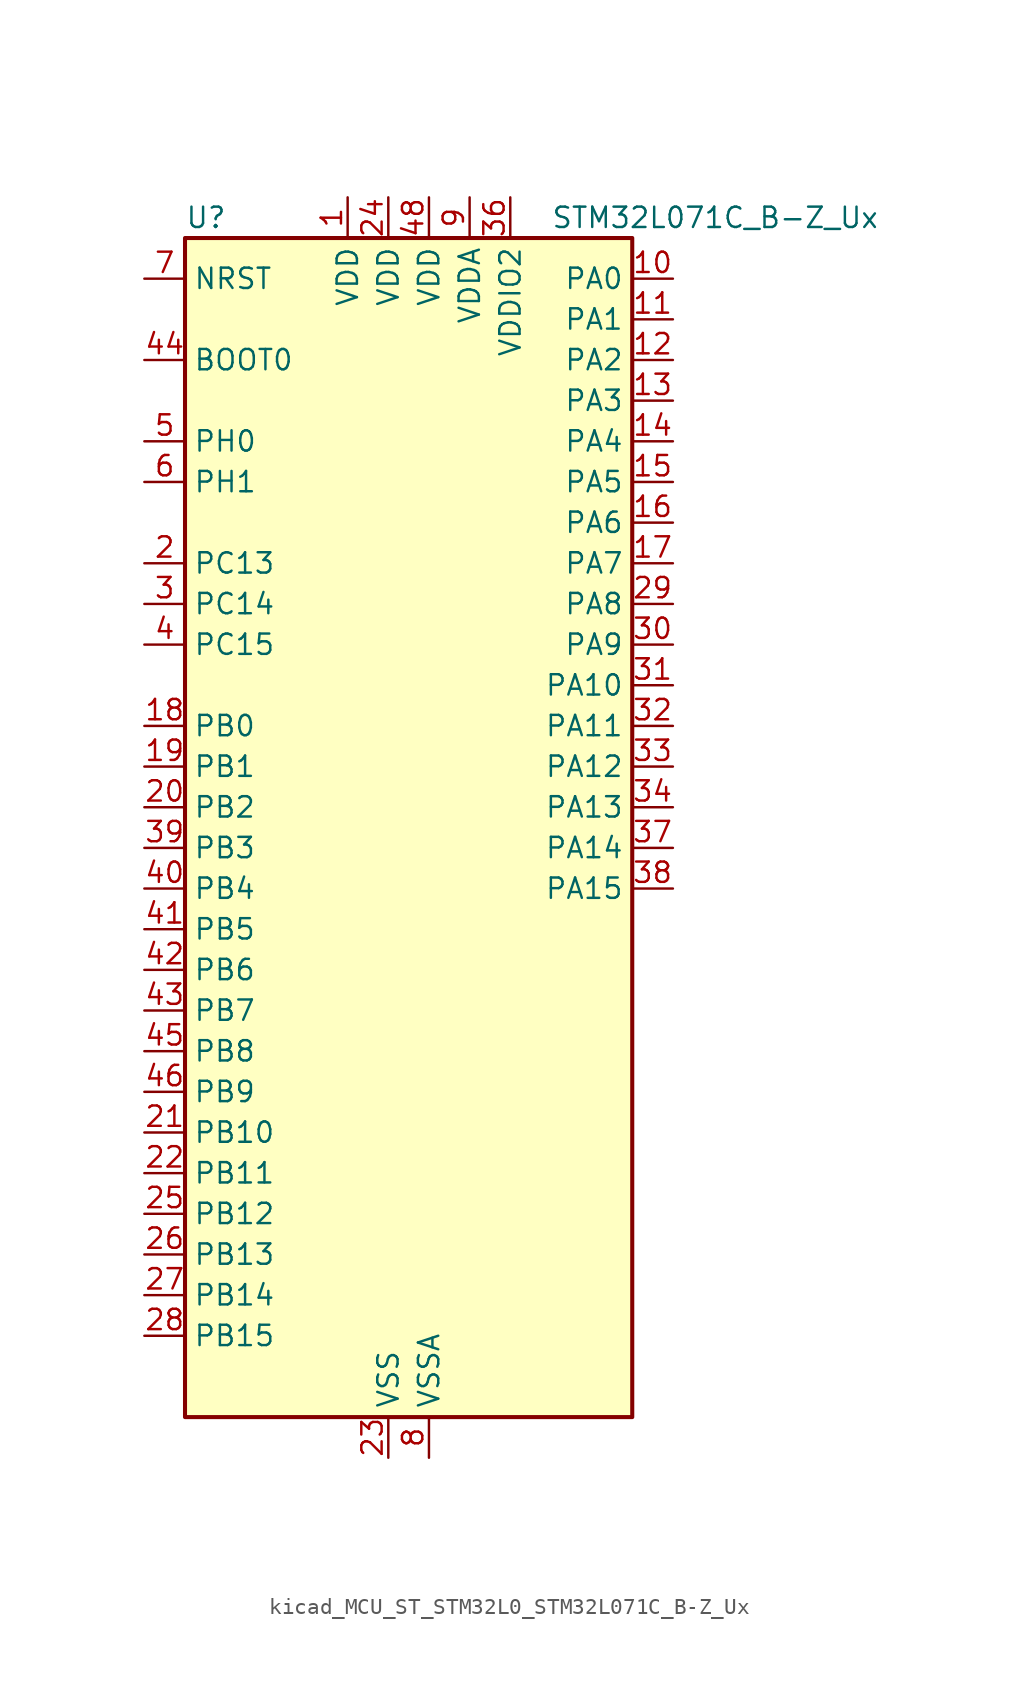
<source format=kicad_sym>
(kicad_symbol_lib
  (version 20220914)
  (generator kicad_symbol_editor)
  (symbol "kicad_MCU_ST_STM32L0_STM32L071C_B-Z_Ux"
    (property "Reference" "U"
      (at -12.7 39.37 0)
      (effects (font (size 1.27 1.27)) (justify left)))
    (property "Value" "STM32L071C_B-Z_Ux"
      (at 10.16 39.37 0)
      (effects (font (size 1.27 1.27)) (justify left)))
    (property "ki_locked" ""
      (at 0 0 0)
      (effects (font (size 1.27 1.27))))
    (symbol "kicad_MCU_ST_STM32L0_STM32L071C_B-Z_Ux_0_1"
      (rectangle (start -12.7 -35.56) (end 15.24 38.1) (stroke (width 0.254) (type default)) (fill (type background))))
    (symbol "kicad_MCU_ST_STM32L0_STM32L071C_B-Z_Ux_1_1"
      (pin power_in line (at -2.54 40.64 270) (length 2.54) (name "VDD" (effects (font (size 1.27 1.27)))) (number "1" (effects (font (size 1.27 1.27)))))
      (pin bidirectional line (at 17.78 35.56 180) (length 2.54) (name "PA0" (effects (font (size 1.27 1.27)))) (number "10" (effects (font (size 1.27 1.27)))) (alternate "ADC_IN0" bidirectional line) (alternate "COMP1_INM" bidirectional line) (alternate "COMP1_OUT" bidirectional line) (alternate "RTC_TAMP2" bidirectional line) (alternate "SYS_WKUP1" bidirectional line) (alternate "TIM2_CH1" bidirectional line) (alternate "TIM2_ETR" bidirectional line) (alternate "USART2_CTS" bidirectional line) (alternate "USART4_TX" bidirectional line))
      (pin bidirectional line (at 17.78 33.02 180) (length 2.54) (name "PA1" (effects (font (size 1.27 1.27)))) (number "11" (effects (font (size 1.27 1.27)))) (alternate "ADC_IN1" bidirectional line) (alternate "COMP1_INP" bidirectional line) (alternate "TIM21_ETR" bidirectional line) (alternate "TIM2_CH2" bidirectional line) (alternate "USART2_DE" bidirectional line) (alternate "USART2_RTS" bidirectional line) (alternate "USART4_RX" bidirectional line))
      (pin bidirectional line (at 17.78 30.48 180) (length 2.54) (name "PA2" (effects (font (size 1.27 1.27)))) (number "12" (effects (font (size 1.27 1.27)))) (alternate "ADC_IN2" bidirectional line) (alternate "COMP2_INM" bidirectional line) (alternate "COMP2_OUT" bidirectional line) (alternate "LPUART1_TX" bidirectional line) (alternate "TIM21_CH1" bidirectional line) (alternate "TIM2_CH3" bidirectional line) (alternate "USART2_TX" bidirectional line))
      (pin bidirectional line (at 17.78 27.94 180) (length 2.54) (name "PA3" (effects (font (size 1.27 1.27)))) (number "13" (effects (font (size 1.27 1.27)))) (alternate "ADC_IN3" bidirectional line) (alternate "COMP2_INP" bidirectional line) (alternate "LPUART1_RX" bidirectional line) (alternate "TIM21_CH2" bidirectional line) (alternate "TIM2_CH4" bidirectional line) (alternate "USART2_RX" bidirectional line))
      (pin bidirectional line (at 17.78 25.4 180) (length 2.54) (name "PA4" (effects (font (size 1.27 1.27)))) (number "14" (effects (font (size 1.27 1.27)))) (alternate "ADC_IN4" bidirectional line) (alternate "COMP1_INM" bidirectional line) (alternate "COMP2_INM" bidirectional line) (alternate "SPI1_NSS" bidirectional line) (alternate "TIM22_ETR" bidirectional line) (alternate "USART2_CK" bidirectional line))
      (pin bidirectional line (at 17.78 22.86 180) (length 2.54) (name "PA5" (effects (font (size 1.27 1.27)))) (number "15" (effects (font (size 1.27 1.27)))) (alternate "ADC_IN5" bidirectional line) (alternate "COMP1_INM" bidirectional line) (alternate "COMP2_INM" bidirectional line) (alternate "SPI1_SCK" bidirectional line) (alternate "TIM2_CH1" bidirectional line) (alternate "TIM2_ETR" bidirectional line))
      (pin bidirectional line (at 17.78 20.32 180) (length 2.54) (name "PA6" (effects (font (size 1.27 1.27)))) (number "16" (effects (font (size 1.27 1.27)))) (alternate "ADC_IN6" bidirectional line) (alternate "COMP1_OUT" bidirectional line) (alternate "LPUART1_CTS" bidirectional line) (alternate "SPI1_MISO" bidirectional line) (alternate "TIM22_CH1" bidirectional line) (alternate "TIM3_CH1" bidirectional line))
      (pin bidirectional line (at 17.78 17.78 180) (length 2.54) (name "PA7" (effects (font (size 1.27 1.27)))) (number "17" (effects (font (size 1.27 1.27)))) (alternate "ADC_IN7" bidirectional line) (alternate "COMP2_OUT" bidirectional line) (alternate "SPI1_MOSI" bidirectional line) (alternate "TIM22_CH2" bidirectional line) (alternate "TIM3_CH2" bidirectional line))
      (pin bidirectional line (at -15.24 7.62 0) (length 2.54) (name "PB0" (effects (font (size 1.27 1.27)))) (number "18" (effects (font (size 1.27 1.27)))) (alternate "ADC_IN8" bidirectional line) (alternate "SYS_VREF_OUT_PB0" bidirectional line) (alternate "TIM3_CH3" bidirectional line))
      (pin bidirectional line (at -15.24 5.08 0) (length 2.54) (name "PB1" (effects (font (size 1.27 1.27)))) (number "19" (effects (font (size 1.27 1.27)))) (alternate "ADC_IN9" bidirectional line) (alternate "LPUART1_DE" bidirectional line) (alternate "LPUART1_RTS" bidirectional line) (alternate "SYS_VREF_OUT_PB1" bidirectional line) (alternate "TIM3_CH4" bidirectional line))
      (pin bidirectional line (at -15.24 17.78 0) (length 2.54) (name "PC13" (effects (font (size 1.27 1.27)))) (number "2" (effects (font (size 1.27 1.27)))) (alternate "RTC_OUT_ALARM" bidirectional line) (alternate "RTC_OUT_CALIB" bidirectional line) (alternate "RTC_TAMP1" bidirectional line) (alternate "RTC_TS" bidirectional line) (alternate "SYS_WKUP2" bidirectional line))
      (pin bidirectional line (at -15.24 2.54 0) (length 2.54) (name "PB2" (effects (font (size 1.27 1.27)))) (number "20" (effects (font (size 1.27 1.27)))) (alternate "I2C3_SMBA" bidirectional line) (alternate "LPTIM1_OUT" bidirectional line))
      (pin bidirectional line (at -15.24 -17.78 0) (length 2.54) (name "PB10" (effects (font (size 1.27 1.27)))) (number "21" (effects (font (size 1.27 1.27)))) (alternate "I2C2_SCL" bidirectional line) (alternate "LPUART1_RX" bidirectional line) (alternate "LPUART1_TX" bidirectional line) (alternate "SPI2_SCK" bidirectional line) (alternate "TIM2_CH3" bidirectional line))
      (pin bidirectional line (at -15.24 -20.32 0) (length 2.54) (name "PB11" (effects (font (size 1.27 1.27)))) (number "22" (effects (font (size 1.27 1.27)))) (alternate "ADC_EXTI11" bidirectional line) (alternate "I2C2_SDA" bidirectional line) (alternate "LPUART1_RX" bidirectional line) (alternate "LPUART1_TX" bidirectional line) (alternate "TIM2_CH4" bidirectional line))
      (pin power_in line (at 0 -38.1 90) (length 2.54) (name "VSS" (effects (font (size 1.27 1.27)))) (number "23" (effects (font (size 1.27 1.27)))))
      (pin power_in line (at 0 40.64 270) (length 2.54) (name "VDD" (effects (font (size 1.27 1.27)))) (number "24" (effects (font (size 1.27 1.27)))))
      (pin bidirectional line (at -15.24 -22.86 0) (length 2.54) (name "PB12" (effects (font (size 1.27 1.27)))) (number "25" (effects (font (size 1.27 1.27)))) (alternate "I2S2_WS" bidirectional line) (alternate "LPUART1_DE" bidirectional line) (alternate "LPUART1_RTS" bidirectional line) (alternate "SPI2_NSS" bidirectional line))
      (pin bidirectional line (at -15.24 -25.4 0) (length 2.54) (name "PB13" (effects (font (size 1.27 1.27)))) (number "26" (effects (font (size 1.27 1.27)))) (alternate "I2C2_SCL" bidirectional line) (alternate "I2S2_CK" bidirectional line) (alternate "LPUART1_CTS" bidirectional line) (alternate "RCC_MCO" bidirectional line) (alternate "SPI2_SCK" bidirectional line) (alternate "TIM21_CH1" bidirectional line))
      (pin bidirectional line (at -15.24 -27.94 0) (length 2.54) (name "PB14" (effects (font (size 1.27 1.27)))) (number "27" (effects (font (size 1.27 1.27)))) (alternate "I2C2_SDA" bidirectional line) (alternate "I2S2_MCK" bidirectional line) (alternate "LPUART1_DE" bidirectional line) (alternate "LPUART1_RTS" bidirectional line) (alternate "RTC_OUT_ALARM" bidirectional line) (alternate "RTC_OUT_CALIB" bidirectional line) (alternate "SPI2_MISO" bidirectional line) (alternate "TIM21_CH2" bidirectional line))
      (pin bidirectional line (at -15.24 -30.48 0) (length 2.54) (name "PB15" (effects (font (size 1.27 1.27)))) (number "28" (effects (font (size 1.27 1.27)))) (alternate "I2S2_SD" bidirectional line) (alternate "RTC_REFIN" bidirectional line) (alternate "SPI2_MOSI" bidirectional line))
      (pin bidirectional line (at 17.78 15.24 180) (length 2.54) (name "PA8" (effects (font (size 1.27 1.27)))) (number "29" (effects (font (size 1.27 1.27)))) (alternate "I2C3_SCL" bidirectional line) (alternate "RCC_MCO" bidirectional line) (alternate "USART1_CK" bidirectional line))
      (pin bidirectional line (at -15.24 15.24 0) (length 2.54) (name "PC14" (effects (font (size 1.27 1.27)))) (number "3" (effects (font (size 1.27 1.27)))) (alternate "RCC_OSC32_IN" bidirectional line))
      (pin bidirectional line (at 17.78 12.7 180) (length 2.54) (name "PA9" (effects (font (size 1.27 1.27)))) (number "30" (effects (font (size 1.27 1.27)))) (alternate "I2C1_SCL" bidirectional line) (alternate "I2C3_SMBA" bidirectional line) (alternate "RCC_MCO" bidirectional line) (alternate "USART1_TX" bidirectional line))
      (pin bidirectional line (at 17.78 10.16 180) (length 2.54) (name "PA10" (effects (font (size 1.27 1.27)))) (number "31" (effects (font (size 1.27 1.27)))) (alternate "I2C1_SDA" bidirectional line) (alternate "USART1_RX" bidirectional line))
      (pin bidirectional line (at 17.78 7.62 180) (length 2.54) (name "PA11" (effects (font (size 1.27 1.27)))) (number "32" (effects (font (size 1.27 1.27)))) (alternate "ADC_EXTI11" bidirectional line) (alternate "COMP1_OUT" bidirectional line) (alternate "SPI1_MISO" bidirectional line) (alternate "USART1_CTS" bidirectional line))
      (pin bidirectional line (at 17.78 5.08 180) (length 2.54) (name "PA12" (effects (font (size 1.27 1.27)))) (number "33" (effects (font (size 1.27 1.27)))) (alternate "COMP2_OUT" bidirectional line) (alternate "SPI1_MOSI" bidirectional line) (alternate "USART1_DE" bidirectional line) (alternate "USART1_RTS" bidirectional line))
      (pin bidirectional line (at 17.78 2.54 180) (length 2.54) (name "PA13" (effects (font (size 1.27 1.27)))) (number "34" (effects (font (size 1.27 1.27)))) (alternate "LPUART1_RX" bidirectional line) (alternate "SYS_SWDIO" bidirectional line))
      (pin passive line (at 0 -38.1 90) (length 2.54) hide (name "VSS" (effects (font (size 1.27 1.27)))) (number "35" (effects (font (size 1.27 1.27)))))
      (pin power_in line (at 7.62 40.64 270) (length 2.54) (name "VDDIO2" (effects (font (size 1.27 1.27)))) (number "36" (effects (font (size 1.27 1.27)))))
      (pin bidirectional line (at 17.78 0 180) (length 2.54) (name "PA14" (effects (font (size 1.27 1.27)))) (number "37" (effects (font (size 1.27 1.27)))) (alternate "LPUART1_TX" bidirectional line) (alternate "SYS_SWCLK" bidirectional line) (alternate "USART2_TX" bidirectional line))
      (pin bidirectional line (at 17.78 -2.54 180) (length 2.54) (name "PA15" (effects (font (size 1.27 1.27)))) (number "38" (effects (font (size 1.27 1.27)))) (alternate "SPI1_NSS" bidirectional line) (alternate "TIM2_CH1" bidirectional line) (alternate "TIM2_ETR" bidirectional line) (alternate "USART2_RX" bidirectional line) (alternate "USART4_DE" bidirectional line) (alternate "USART4_RTS" bidirectional line))
      (pin bidirectional line (at -15.24 0 0) (length 2.54) (name "PB3" (effects (font (size 1.27 1.27)))) (number "39" (effects (font (size 1.27 1.27)))) (alternate "COMP2_INM" bidirectional line) (alternate "SPI1_SCK" bidirectional line) (alternate "TIM2_CH2" bidirectional line) (alternate "USART1_DE" bidirectional line) (alternate "USART1_RTS" bidirectional line) (alternate "USART5_TX" bidirectional line))
      (pin bidirectional line (at -15.24 12.7 0) (length 2.54) (name "PC15" (effects (font (size 1.27 1.27)))) (number "4" (effects (font (size 1.27 1.27)))) (alternate "RCC_OSC32_OUT" bidirectional line))
      (pin bidirectional line (at -15.24 -2.54 0) (length 2.54) (name "PB4" (effects (font (size 1.27 1.27)))) (number "40" (effects (font (size 1.27 1.27)))) (alternate "COMP2_INP" bidirectional line) (alternate "I2C3_SDA" bidirectional line) (alternate "SPI1_MISO" bidirectional line) (alternate "TIM22_CH1" bidirectional line) (alternate "TIM3_CH1" bidirectional line) (alternate "USART1_CTS" bidirectional line) (alternate "USART5_RX" bidirectional line))
      (pin bidirectional line (at -15.24 -5.08 0) (length 2.54) (name "PB5" (effects (font (size 1.27 1.27)))) (number "41" (effects (font (size 1.27 1.27)))) (alternate "COMP2_INP" bidirectional line) (alternate "I2C1_SMBA" bidirectional line) (alternate "LPTIM1_IN1" bidirectional line) (alternate "SPI1_MOSI" bidirectional line) (alternate "TIM22_CH2" bidirectional line) (alternate "TIM3_CH2" bidirectional line) (alternate "USART1_CK" bidirectional line) (alternate "USART5_CK" bidirectional line) (alternate "USART5_DE" bidirectional line) (alternate "USART5_RTS" bidirectional line))
      (pin bidirectional line (at -15.24 -7.62 0) (length 2.54) (name "PB6" (effects (font (size 1.27 1.27)))) (number "42" (effects (font (size 1.27 1.27)))) (alternate "COMP2_INP" bidirectional line) (alternate "I2C1_SCL" bidirectional line) (alternate "LPTIM1_ETR" bidirectional line) (alternate "USART1_TX" bidirectional line))
      (pin bidirectional line (at -15.24 -10.16 0) (length 2.54) (name "PB7" (effects (font (size 1.27 1.27)))) (number "43" (effects (font (size 1.27 1.27)))) (alternate "COMP2_INP" bidirectional line) (alternate "I2C1_SDA" bidirectional line) (alternate "LPTIM1_IN2" bidirectional line) (alternate "SYS_PVD_IN" bidirectional line) (alternate "USART1_RX" bidirectional line) (alternate "USART4_CTS" bidirectional line))
      (pin input line (at -15.24 30.48 0) (length 2.54) (name "BOOT0" (effects (font (size 1.27 1.27)))) (number "44" (effects (font (size 1.27 1.27)))))
      (pin bidirectional line (at -15.24 -12.7 0) (length 2.54) (name "PB8" (effects (font (size 1.27 1.27)))) (number "45" (effects (font (size 1.27 1.27)))) (alternate "I2C1_SCL" bidirectional line))
      (pin bidirectional line (at -15.24 -15.24 0) (length 2.54) (name "PB9" (effects (font (size 1.27 1.27)))) (number "46" (effects (font (size 1.27 1.27)))) (alternate "I2C1_SDA" bidirectional line) (alternate "I2S2_WS" bidirectional line) (alternate "SPI2_NSS" bidirectional line))
      (pin passive line (at 0 -38.1 90) (length 2.54) hide (name "VSS" (effects (font (size 1.27 1.27)))) (number "47" (effects (font (size 1.27 1.27)))))
      (pin power_in line (at 2.54 40.64 270) (length 2.54) (name "VDD" (effects (font (size 1.27 1.27)))) (number "48" (effects (font (size 1.27 1.27)))))
      (pin passive line (at 0 -38.1 90) (length 2.54) hide (name "VSS" (effects (font (size 1.27 1.27)))) (number "49" (effects (font (size 1.27 1.27)))))
      (pin bidirectional line (at -15.24 25.4 0) (length 2.54) (name "PH0" (effects (font (size 1.27 1.27)))) (number "5" (effects (font (size 1.27 1.27)))) (alternate "RCC_OSC_IN" bidirectional line))
      (pin bidirectional line (at -15.24 22.86 0) (length 2.54) (name "PH1" (effects (font (size 1.27 1.27)))) (number "6" (effects (font (size 1.27 1.27)))) (alternate "RCC_OSC_OUT" bidirectional line))
      (pin input line (at -15.24 35.56 0) (length 2.54) (name "NRST" (effects (font (size 1.27 1.27)))) (number "7" (effects (font (size 1.27 1.27)))))
      (pin power_in line (at 2.54 -38.1 90) (length 2.54) (name "VSSA" (effects (font (size 1.27 1.27)))) (number "8" (effects (font (size 1.27 1.27)))))
      (pin power_in line (at 5.08 40.64 270) (length 2.54) (name "VDDA" (effects (font (size 1.27 1.27)))) (number "9" (effects (font (size 1.27 1.27))))))))
</source>
